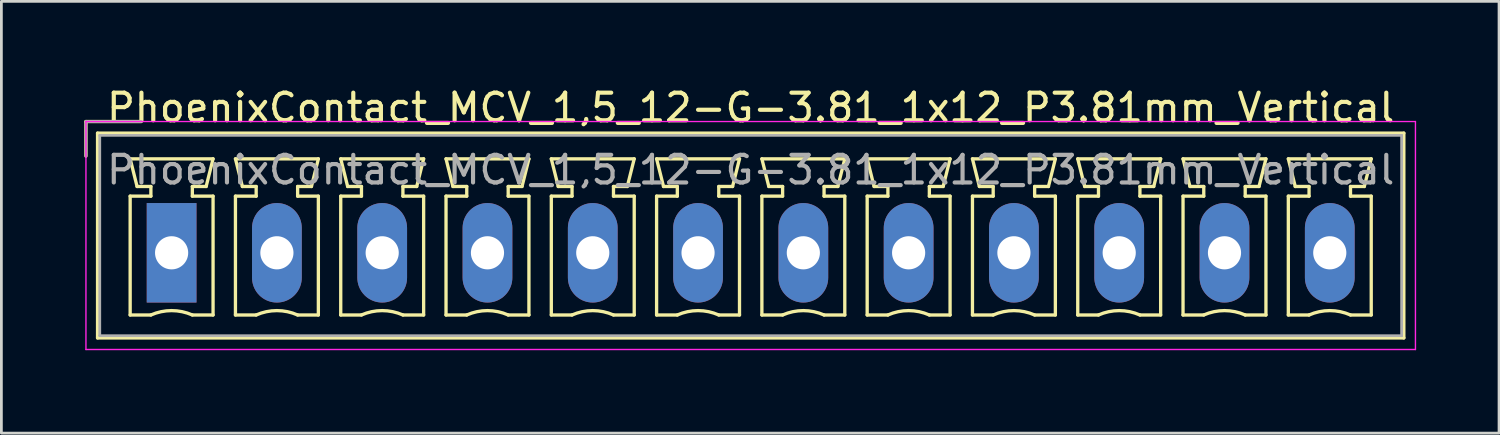
<source format=kicad_pcb>
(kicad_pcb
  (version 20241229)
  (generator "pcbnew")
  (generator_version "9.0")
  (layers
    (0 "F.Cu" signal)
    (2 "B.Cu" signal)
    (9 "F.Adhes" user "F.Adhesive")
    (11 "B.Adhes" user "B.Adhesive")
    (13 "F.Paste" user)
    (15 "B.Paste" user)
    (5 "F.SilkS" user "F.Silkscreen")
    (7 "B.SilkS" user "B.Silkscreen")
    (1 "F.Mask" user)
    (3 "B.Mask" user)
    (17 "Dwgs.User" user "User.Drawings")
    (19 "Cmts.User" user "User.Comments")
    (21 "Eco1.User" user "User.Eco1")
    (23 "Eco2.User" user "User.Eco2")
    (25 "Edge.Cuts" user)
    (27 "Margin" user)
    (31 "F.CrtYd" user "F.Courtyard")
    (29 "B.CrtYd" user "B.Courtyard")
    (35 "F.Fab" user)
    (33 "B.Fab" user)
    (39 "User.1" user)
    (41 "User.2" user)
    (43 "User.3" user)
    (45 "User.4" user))
  (footprint "PhoenixContact_MCV_1,5_12-G-3.81_1x12_P3.81mm_Vertical"
    (layer "F.Cu")
    (at 3.16 6.098)
    (property "Reference" "PhoenixContact_MCV_1,5_12-G-3.81_1x12_P3.81mm_Vertical" (at 20.955 -5.25 0) (layer "F.SilkS") (effects (font (size 1 1) (thickness 0.15))))
    (attr through_hole)
    (fp_line (start -3.1 -4.75) (end -1.1 -4.75) (stroke (width 0.12) (type solid)) (layer "F.SilkS"))
    (fp_line (start -3.1 -3.5) (end -3.1 -4.75) (stroke (width 0.12) (type solid)) (layer "F.SilkS"))
    (fp_line (start -2.68 -4.33) (end -2.68 3.08) (stroke (width 0.12) (type solid)) (layer "F.SilkS"))
    (fp_line (start -2.68 3.08) (end 44.59 3.08) (stroke (width 0.12) (type solid)) (layer "F.SilkS"))
    (fp_line (start -1.5 -3.4) (end 1.5 -3.4) (stroke (width 0.12) (type solid)) (layer "F.SilkS"))
    (fp_line (start -1.5 -2.05) (end -0.75 -2.05) (stroke (width 0.12) (type solid)) (layer "F.SilkS"))
    (fp_line (start -1.5 2.25) (end -1.5 -2.05) (stroke (width 0.12) (type solid)) (layer "F.SilkS"))
    (fp_line (start -1.25 -2.4) (end -1.5 -3.4) (stroke (width 0.12) (type solid)) (layer "F.SilkS"))
    (fp_line (start -0.75 -2.4) (end -1.25 -2.4) (stroke (width 0.12) (type solid)) (layer "F.SilkS"))
    (fp_line (start -0.75 -2.05) (end -0.75 -2.4) (stroke (width 0.12) (type solid)) (layer "F.SilkS"))
    (fp_line (start -0.75 2.25) (end -1.5 2.25) (stroke (width 0.12) (type solid)) (layer "F.SilkS"))
    (fp_line (start 0.75 -2.4) (end 0.75 -2.05) (stroke (width 0.12) (type solid)) (layer "F.SilkS"))
    (fp_line (start 0.75 -2.05) (end 1.5 -2.05) (stroke (width 0.12) (type solid)) (layer "F.SilkS"))
    (fp_line (start 1.25 -2.4) (end 0.75 -2.4) (stroke (width 0.12) (type solid)) (layer "F.SilkS"))
    (fp_line (start 1.5 -3.4) (end 1.25 -2.4) (stroke (width 0.12) (type solid)) (layer "F.SilkS"))
    (fp_line (start 1.5 -2.05) (end 1.5 2.25) (stroke (width 0.12) (type solid)) (layer "F.SilkS"))
    (fp_line (start 1.5 2.25) (end 0.75 2.25) (stroke (width 0.12) (type solid)) (layer "F.SilkS"))
    (fp_line (start 2.31 -3.4) (end 5.31 -3.4) (stroke (width 0.12) (type solid)) (layer "F.SilkS"))
    (fp_line (start 2.31 -2.05) (end 3.06 -2.05) (stroke (width 0.12) (type solid)) (layer "F.SilkS"))
    (fp_line (start 2.31 2.25) (end 2.31 -2.05) (stroke (width 0.12) (type solid)) (layer "F.SilkS"))
    (fp_line (start 2.56 -2.4) (end 2.31 -3.4) (stroke (width 0.12) (type solid)) (layer "F.SilkS"))
    (fp_line (start 3.06 -2.4) (end 2.56 -2.4) (stroke (width 0.12) (type solid)) (layer "F.SilkS"))
    (fp_line (start 3.06 -2.05) (end 3.06 -2.4) (stroke (width 0.12) (type solid)) (layer "F.SilkS"))
    (fp_line (start 3.06 2.25) (end 2.31 2.25) (stroke (width 0.12) (type solid)) (layer "F.SilkS"))
    (fp_line (start 4.56 -2.4) (end 4.56 -2.05) (stroke (width 0.12) (type solid)) (layer "F.SilkS"))
    (fp_line (start 4.56 -2.05) (end 5.31 -2.05) (stroke (width 0.12) (type solid)) (layer "F.SilkS"))
    (fp_line (start 5.06 -2.4) (end 4.56 -2.4) (stroke (width 0.12) (type solid)) (layer "F.SilkS"))
    (fp_line (start 5.31 -3.4) (end 5.06 -2.4) (stroke (width 0.12) (type solid)) (layer "F.SilkS"))
    (fp_line (start 5.31 -2.05) (end 5.31 2.25) (stroke (width 0.12) (type solid)) (layer "F.SilkS"))
    (fp_line (start 5.31 2.25) (end 4.56 2.25) (stroke (width 0.12) (type solid)) (layer "F.SilkS"))
    (fp_line (start 6.12 -3.4) (end 9.12 -3.4) (stroke (width 0.12) (type solid)) (layer "F.SilkS"))
    (fp_line (start 6.12 -2.05) (end 6.87 -2.05) (stroke (width 0.12) (type solid)) (layer "F.SilkS"))
    (fp_line (start 6.12 2.25) (end 6.12 -2.05) (stroke (width 0.12) (type solid)) (layer "F.SilkS"))
    (fp_line (start 6.37 -2.4) (end 6.12 -3.4) (stroke (width 0.12) (type solid)) (layer "F.SilkS"))
    (fp_line (start 6.87 -2.4) (end 6.37 -2.4) (stroke (width 0.12) (type solid)) (layer "F.SilkS"))
    (fp_line (start 6.87 -2.05) (end 6.87 -2.4) (stroke (width 0.12) (type solid)) (layer "F.SilkS"))
    (fp_line (start 6.87 2.25) (end 6.12 2.25) (stroke (width 0.12) (type solid)) (layer "F.SilkS"))
    (fp_line (start 8.37 -2.4) (end 8.37 -2.05) (stroke (width 0.12) (type solid)) (layer "F.SilkS"))
    (fp_line (start 8.37 -2.05) (end 9.12 -2.05) (stroke (width 0.12) (type solid)) (layer "F.SilkS"))
    (fp_line (start 8.87 -2.4) (end 8.37 -2.4) (stroke (width 0.12) (type solid)) (layer "F.SilkS"))
    (fp_line (start 9.12 -3.4) (end 8.87 -2.4) (stroke (width 0.12) (type solid)) (layer "F.SilkS"))
    (fp_line (start 9.12 -2.05) (end 9.12 2.25) (stroke (width 0.12) (type solid)) (layer "F.SilkS"))
    (fp_line (start 9.12 2.25) (end 8.37 2.25) (stroke (width 0.12) (type solid)) (layer "F.SilkS"))
    (fp_line (start 9.93 -3.4) (end 12.93 -3.4) (stroke (width 0.12) (type solid)) (layer "F.SilkS"))
    (fp_line (start 9.93 -2.05) (end 10.68 -2.05) (stroke (width 0.12) (type solid)) (layer "F.SilkS"))
    (fp_line (start 9.93 2.25) (end 9.93 -2.05) (stroke (width 0.12) (type solid)) (layer "F.SilkS"))
    (fp_line (start 10.18 -2.4) (end 9.93 -3.4) (stroke (width 0.12) (type solid)) (layer "F.SilkS"))
    (fp_line (start 10.68 -2.4) (end 10.18 -2.4) (stroke (width 0.12) (type solid)) (layer "F.SilkS"))
    (fp_line (start 10.68 -2.05) (end 10.68 -2.4) (stroke (width 0.12) (type solid)) (layer "F.SilkS"))
    (fp_line (start 10.68 2.25) (end 9.93 2.25) (stroke (width 0.12) (type solid)) (layer "F.SilkS"))
    (fp_line (start 12.18 -2.4) (end 12.18 -2.05) (stroke (width 0.12) (type solid)) (layer "F.SilkS"))
    (fp_line (start 12.18 -2.05) (end 12.93 -2.05) (stroke (width 0.12) (type solid)) (layer "F.SilkS"))
    (fp_line (start 12.68 -2.4) (end 12.18 -2.4) (stroke (width 0.12) (type solid)) (layer "F.SilkS"))
    (fp_line (start 12.93 -3.4) (end 12.68 -2.4) (stroke (width 0.12) (type solid)) (layer "F.SilkS"))
    (fp_line (start 12.93 -2.05) (end 12.93 2.25) (stroke (width 0.12) (type solid)) (layer "F.SilkS"))
    (fp_line (start 12.93 2.25) (end 12.18 2.25) (stroke (width 0.12) (type solid)) (layer "F.SilkS"))
    (fp_line (start 13.74 -3.4) (end 16.74 -3.4) (stroke (width 0.12) (type solid)) (layer "F.SilkS"))
    (fp_line (start 13.74 -2.05) (end 14.49 -2.05) (stroke (width 0.12) (type solid)) (layer "F.SilkS"))
    (fp_line (start 13.74 2.25) (end 13.74 -2.05) (stroke (width 0.12) (type solid)) (layer "F.SilkS"))
    (fp_line (start 13.99 -2.4) (end 13.74 -3.4) (stroke (width 0.12) (type solid)) (layer "F.SilkS"))
    (fp_line (start 14.49 -2.4) (end 13.99 -2.4) (stroke (width 0.12) (type solid)) (layer "F.SilkS"))
    (fp_line (start 14.49 -2.05) (end 14.49 -2.4) (stroke (width 0.12) (type solid)) (layer "F.SilkS"))
    (fp_line (start 14.49 2.25) (end 13.74 2.25) (stroke (width 0.12) (type solid)) (layer "F.SilkS"))
    (fp_line (start 15.99 -2.4) (end 15.99 -2.05) (stroke (width 0.12) (type solid)) (layer "F.SilkS"))
    (fp_line (start 15.99 -2.05) (end 16.74 -2.05) (stroke (width 0.12) (type solid)) (layer "F.SilkS"))
    (fp_line (start 16.49 -2.4) (end 15.99 -2.4) (stroke (width 0.12) (type solid)) (layer "F.SilkS"))
    (fp_line (start 16.74 -3.4) (end 16.49 -2.4) (stroke (width 0.12) (type solid)) (layer "F.SilkS"))
    (fp_line (start 16.74 -2.05) (end 16.74 2.25) (stroke (width 0.12) (type solid)) (layer "F.SilkS"))
    (fp_line (start 16.74 2.25) (end 15.99 2.25) (stroke (width 0.12) (type solid)) (layer "F.SilkS"))
    (fp_line (start 17.55 -3.4) (end 20.55 -3.4) (stroke (width 0.12) (type solid)) (layer "F.SilkS"))
    (fp_line (start 17.55 -2.05) (end 18.3 -2.05) (stroke (width 0.12) (type solid)) (layer "F.SilkS"))
    (fp_line (start 17.55 2.25) (end 17.55 -2.05) (stroke (width 0.12) (type solid)) (layer "F.SilkS"))
    (fp_line (start 17.8 -2.4) (end 17.55 -3.4) (stroke (width 0.12) (type solid)) (layer "F.SilkS"))
    (fp_line (start 18.3 -2.4) (end 17.8 -2.4) (stroke (width 0.12) (type solid)) (layer "F.SilkS"))
    (fp_line (start 18.3 -2.05) (end 18.3 -2.4) (stroke (width 0.12) (type solid)) (layer "F.SilkS"))
    (fp_line (start 18.3 2.25) (end 17.55 2.25) (stroke (width 0.12) (type solid)) (layer "F.SilkS"))
    (fp_line (start 19.8 -2.4) (end 19.8 -2.05) (stroke (width 0.12) (type solid)) (layer "F.SilkS"))
    (fp_line (start 19.8 -2.05) (end 20.55 -2.05) (stroke (width 0.12) (type solid)) (layer "F.SilkS"))
    (fp_line (start 20.3 -2.4) (end 19.8 -2.4) (stroke (width 0.12) (type solid)) (layer "F.SilkS"))
    (fp_line (start 20.55 -3.4) (end 20.3 -2.4) (stroke (width 0.12) (type solid)) (layer "F.SilkS"))
    (fp_line (start 20.55 -2.05) (end 20.55 2.25) (stroke (width 0.12) (type solid)) (layer "F.SilkS"))
    (fp_line (start 20.55 2.25) (end 19.8 2.25) (stroke (width 0.12) (type solid)) (layer "F.SilkS"))
    (fp_line (start 21.36 -3.4) (end 24.36 -3.4) (stroke (width 0.12) (type solid)) (layer "F.SilkS"))
    (fp_line (start 21.36 -2.05) (end 22.11 -2.05) (stroke (width 0.12) (type solid)) (layer "F.SilkS"))
    (fp_line (start 21.36 2.25) (end 21.36 -2.05) (stroke (width 0.12) (type solid)) (layer "F.SilkS"))
    (fp_line (start 21.61 -2.4) (end 21.36 -3.4) (stroke (width 0.12) (type solid)) (layer "F.SilkS"))
    (fp_line (start 22.11 -2.4) (end 21.61 -2.4) (stroke (width 0.12) (type solid)) (layer "F.SilkS"))
    (fp_line (start 22.11 -2.05) (end 22.11 -2.4) (stroke (width 0.12) (type solid)) (layer "F.SilkS"))
    (fp_line (start 22.11 2.25) (end 21.36 2.25) (stroke (width 0.12) (type solid)) (layer "F.SilkS"))
    (fp_line (start 23.61 -2.4) (end 23.61 -2.05) (stroke (width 0.12) (type solid)) (layer "F.SilkS"))
    (fp_line (start 23.61 -2.05) (end 24.36 -2.05) (stroke (width 0.12) (type solid)) (layer "F.SilkS"))
    (fp_line (start 24.11 -2.4) (end 23.61 -2.4) (stroke (width 0.12) (type solid)) (layer "F.SilkS"))
    (fp_line (start 24.36 -3.4) (end 24.11 -2.4) (stroke (width 0.12) (type solid)) (layer "F.SilkS"))
    (fp_line (start 24.36 -2.05) (end 24.36 2.25) (stroke (width 0.12) (type solid)) (layer "F.SilkS"))
    (fp_line (start 24.36 2.25) (end 23.61 2.25) (stroke (width 0.12) (type solid)) (layer "F.SilkS"))
    (fp_line (start 25.17 -3.4) (end 28.17 -3.4) (stroke (width 0.12) (type solid)) (layer "F.SilkS"))
    (fp_line (start 25.17 -2.05) (end 25.92 -2.05) (stroke (width 0.12) (type solid)) (layer "F.SilkS"))
    (fp_line (start 25.17 2.25) (end 25.17 -2.05) (stroke (width 0.12) (type solid)) (layer "F.SilkS"))
    (fp_line (start 25.42 -2.4) (end 25.17 -3.4) (stroke (width 0.12) (type solid)) (layer "F.SilkS"))
    (fp_line (start 25.92 -2.4) (end 25.42 -2.4) (stroke (width 0.12) (type solid)) (layer "F.SilkS"))
    (fp_line (start 25.92 -2.05) (end 25.92 -2.4) (stroke (width 0.12) (type solid)) (layer "F.SilkS"))
    (fp_line (start 25.92 2.25) (end 25.17 2.25) (stroke (width 0.12) (type solid)) (layer "F.SilkS"))
    (fp_line (start 27.42 -2.4) (end 27.42 -2.05) (stroke (width 0.12) (type solid)) (layer "F.SilkS"))
    (fp_line (start 27.42 -2.05) (end 28.17 -2.05) (stroke (width 0.12) (type solid)) (layer "F.SilkS"))
    (fp_line (start 27.92 -2.4) (end 27.42 -2.4) (stroke (width 0.12) (type solid)) (layer "F.SilkS"))
    (fp_line (start 28.17 -3.4) (end 27.92 -2.4) (stroke (width 0.12) (type solid)) (layer "F.SilkS"))
    (fp_line (start 28.17 -2.05) (end 28.17 2.25) (stroke (width 0.12) (type solid)) (layer "F.SilkS"))
    (fp_line (start 28.17 2.25) (end 27.42 2.25) (stroke (width 0.12) (type solid)) (layer "F.SilkS"))
    (fp_line (start 28.98 -3.4) (end 31.98 -3.4) (stroke (width 0.12) (type solid)) (layer "F.SilkS"))
    (fp_line (start 28.98 -2.05) (end 29.73 -2.05) (stroke (width 0.12) (type solid)) (layer "F.SilkS"))
    (fp_line (start 28.98 2.25) (end 28.98 -2.05) (stroke (width 0.12) (type solid)) (layer "F.SilkS"))
    (fp_line (start 29.23 -2.4) (end 28.98 -3.4) (stroke (width 0.12) (type solid)) (layer "F.SilkS"))
    (fp_line (start 29.73 -2.4) (end 29.23 -2.4) (stroke (width 0.12) (type solid)) (layer "F.SilkS"))
    (fp_line (start 29.73 -2.05) (end 29.73 -2.4) (stroke (width 0.12) (type solid)) (layer "F.SilkS"))
    (fp_line (start 29.73 2.25) (end 28.98 2.25) (stroke (width 0.12) (type solid)) (layer "F.SilkS"))
    (fp_line (start 31.23 -2.4) (end 31.23 -2.05) (stroke (width 0.12) (type solid)) (layer "F.SilkS"))
    (fp_line (start 31.23 -2.05) (end 31.98 -2.05) (stroke (width 0.12) (type solid)) (layer "F.SilkS"))
    (fp_line (start 31.73 -2.4) (end 31.23 -2.4) (stroke (width 0.12) (type solid)) (layer "F.SilkS"))
    (fp_line (start 31.98 -3.4) (end 31.73 -2.4) (stroke (width 0.12) (type solid)) (layer "F.SilkS"))
    (fp_line (start 31.98 -2.05) (end 31.98 2.25) (stroke (width 0.12) (type solid)) (layer "F.SilkS"))
    (fp_line (start 31.98 2.25) (end 31.23 2.25) (stroke (width 0.12) (type solid)) (layer "F.SilkS"))
    (fp_line (start 32.79 -3.4) (end 35.79 -3.4) (stroke (width 0.12) (type solid)) (layer "F.SilkS"))
    (fp_line (start 32.79 -2.05) (end 33.54 -2.05) (stroke (width 0.12) (type solid)) (layer "F.SilkS"))
    (fp_line (start 32.79 2.25) (end 32.79 -2.05) (stroke (width 0.12) (type solid)) (layer "F.SilkS"))
    (fp_line (start 33.04 -2.4) (end 32.79 -3.4) (stroke (width 0.12) (type solid)) (layer "F.SilkS"))
    (fp_line (start 33.54 -2.4) (end 33.04 -2.4) (stroke (width 0.12) (type solid)) (layer "F.SilkS"))
    (fp_line (start 33.54 -2.05) (end 33.54 -2.4) (stroke (width 0.12) (type solid)) (layer "F.SilkS"))
    (fp_line (start 33.54 2.25) (end 32.79 2.25) (stroke (width 0.12) (type solid)) (layer "F.SilkS"))
    (fp_line (start 35.04 -2.4) (end 35.04 -2.05) (stroke (width 0.12) (type solid)) (layer "F.SilkS"))
    (fp_line (start 35.04 -2.05) (end 35.79 -2.05) (stroke (width 0.12) (type solid)) (layer "F.SilkS"))
    (fp_line (start 35.54 -2.4) (end 35.04 -2.4) (stroke (width 0.12) (type solid)) (layer "F.SilkS"))
    (fp_line (start 35.79 -3.4) (end 35.54 -2.4) (stroke (width 0.12) (type solid)) (layer "F.SilkS"))
    (fp_line (start 35.79 -2.05) (end 35.79 2.25) (stroke (width 0.12) (type solid)) (layer "F.SilkS"))
    (fp_line (start 35.79 2.25) (end 35.04 2.25) (stroke (width 0.12) (type solid)) (layer "F.SilkS"))
    (fp_line (start 36.6 -3.4) (end 39.6 -3.4) (stroke (width 0.12) (type solid)) (layer "F.SilkS"))
    (fp_line (start 36.6 -2.05) (end 37.35 -2.05) (stroke (width 0.12) (type solid)) (layer "F.SilkS"))
    (fp_line (start 36.6 2.25) (end 36.6 -2.05) (stroke (width 0.12) (type solid)) (layer "F.SilkS"))
    (fp_line (start 36.85 -2.4) (end 36.6 -3.4) (stroke (width 0.12) (type solid)) (layer "F.SilkS"))
    (fp_line (start 37.35 -2.4) (end 36.85 -2.4) (stroke (width 0.12) (type solid)) (layer "F.SilkS"))
    (fp_line (start 37.35 -2.05) (end 37.35 -2.4) (stroke (width 0.12) (type solid)) (layer "F.SilkS"))
    (fp_line (start 37.35 2.25) (end 36.6 2.25) (stroke (width 0.12) (type solid)) (layer "F.SilkS"))
    (fp_line (start 38.85 -2.4) (end 38.85 -2.05) (stroke (width 0.12) (type solid)) (layer "F.SilkS"))
    (fp_line (start 38.85 -2.05) (end 39.6 -2.05) (stroke (width 0.12) (type solid)) (layer "F.SilkS"))
    (fp_line (start 39.35 -2.4) (end 38.85 -2.4) (stroke (width 0.12) (type solid)) (layer "F.SilkS"))
    (fp_line (start 39.6 -3.4) (end 39.35 -2.4) (stroke (width 0.12) (type solid)) (layer "F.SilkS"))
    (fp_line (start 39.6 -2.05) (end 39.6 2.25) (stroke (width 0.12) (type solid)) (layer "F.SilkS"))
    (fp_line (start 39.6 2.25) (end 38.85 2.25) (stroke (width 0.12) (type solid)) (layer "F.SilkS"))
    (fp_line (start 40.41 -3.4) (end 43.41 -3.4) (stroke (width 0.12) (type solid)) (layer "F.SilkS"))
    (fp_line (start 40.41 -2.05) (end 41.16 -2.05) (stroke (width 0.12) (type solid)) (layer "F.SilkS"))
    (fp_line (start 40.41 2.25) (end 40.41 -2.05) (stroke (width 0.12) (type solid)) (layer "F.SilkS"))
    (fp_line (start 40.66 -2.4) (end 40.41 -3.4) (stroke (width 0.12) (type solid)) (layer "F.SilkS"))
    (fp_line (start 41.16 -2.4) (end 40.66 -2.4) (stroke (width 0.12) (type solid)) (layer "F.SilkS"))
    (fp_line (start 41.16 -2.05) (end 41.16 -2.4) (stroke (width 0.12) (type solid)) (layer "F.SilkS"))
    (fp_line (start 41.16 2.25) (end 40.41 2.25) (stroke (width 0.12) (type solid)) (layer "F.SilkS"))
    (fp_line (start 42.66 -2.4) (end 42.66 -2.05) (stroke (width 0.12) (type solid)) (layer "F.SilkS"))
    (fp_line (start 42.66 -2.05) (end 43.41 -2.05) (stroke (width 0.12) (type solid)) (layer "F.SilkS"))
    (fp_line (start 43.16 -2.4) (end 42.66 -2.4) (stroke (width 0.12) (type solid)) (layer "F.SilkS"))
    (fp_line (start 43.41 -3.4) (end 43.16 -2.4) (stroke (width 0.12) (type solid)) (layer "F.SilkS"))
    (fp_line (start 43.41 -2.05) (end 43.41 2.25) (stroke (width 0.12) (type solid)) (layer "F.SilkS"))
    (fp_line (start 43.41 2.25) (end 42.66 2.25) (stroke (width 0.12) (type solid)) (layer "F.SilkS"))
    (fp_line (start 44.59 -4.33) (end -2.68 -4.33) (stroke (width 0.12) (type solid)) (layer "F.SilkS"))
    (fp_line (start 44.59 3.08) (end 44.59 -4.33) (stroke (width 0.12) (type solid)) (layer "F.SilkS"))
    (fp_arc (start -0.75 2.25) (mid -0.000193 2.09191) (end 0.749647 2.249844) (stroke (width 0.12) (type solid)) (layer "F.SilkS"))
    (fp_arc (start 3.06 2.25) (mid 3.809807 2.09191) (end 4.559647 2.249844) (stroke (width 0.12) (type solid)) (layer "F.SilkS"))
    (fp_arc (start 6.87 2.25) (mid 7.619807 2.09191) (end 8.369647 2.249844) (stroke (width 0.12) (type solid)) (layer "F.SilkS"))
    (fp_arc (start 10.68 2.25) (mid 11.429807 2.09191) (end 12.179647 2.249844) (stroke (width 0.12) (type solid)) (layer "F.SilkS"))
    (fp_arc (start 14.49 2.25) (mid 15.239807 2.09191) (end 15.989647 2.249844) (stroke (width 0.12) (type solid)) (layer "F.SilkS"))
    (fp_arc (start 18.3 2.25) (mid 19.049807 2.09191) (end 19.799647 2.249844) (stroke (width 0.12) (type solid)) (layer "F.SilkS"))
    (fp_arc (start 22.11 2.25) (mid 22.859807 2.09191) (end 23.609647 2.249844) (stroke (width 0.12) (type solid)) (layer "F.SilkS"))
    (fp_arc (start 25.92 2.25) (mid 26.669807 2.09191) (end 27.419647 2.249844) (stroke (width 0.12) (type solid)) (layer "F.SilkS"))
    (fp_arc (start 29.73 2.25) (mid 30.479807 2.09191) (end 31.229647 2.249844) (stroke (width 0.12) (type solid)) (layer "F.SilkS"))
    (fp_arc (start 33.54 2.25) (mid 34.289807 2.09191) (end 35.039647 2.249844) (stroke (width 0.12) (type solid)) (layer "F.SilkS"))
    (fp_arc (start 37.35 2.25) (mid 38.099807 2.09191) (end 38.849647 2.249844) (stroke (width 0.12) (type solid)) (layer "F.SilkS"))
    (fp_arc (start 41.16 2.25) (mid 41.909807 2.09191) (end 42.659647 2.249844) (stroke (width 0.12) (type solid)) (layer "F.SilkS"))
    (fp_line (start -3.1 -4.75) (end -3.1 3.5) (stroke (width 0.05) (type solid)) (layer "F.CrtYd"))
    (fp_line (start -3.1 3.5) (end 45.01 3.5) (stroke (width 0.05) (type solid)) (layer "F.CrtYd"))
    (fp_line (start 45.01 -4.75) (end -3.1 -4.75) (stroke (width 0.05) (type solid)) (layer "F.CrtYd"))
    (fp_line (start 45.01 3.5) (end 45.01 -4.75) (stroke (width 0.05) (type solid)) (layer "F.CrtYd"))
    (fp_line (start -3.1 -4.75) (end -1.1 -4.75) (stroke (width 0.1) (type solid)) (layer "F.Fab"))
    (fp_line (start -3.1 -3.5) (end -3.1 -4.75) (stroke (width 0.1) (type solid)) (layer "F.Fab"))
    (fp_line (start -2.6 -4.25) (end -2.6 3) (stroke (width 0.1) (type solid)) (layer "F.Fab"))
    (fp_line (start -2.6 3) (end 44.51 3) (stroke (width 0.1) (type solid)) (layer "F.Fab"))
    (fp_line (start 44.51 -4.25) (end -2.6 -4.25) (stroke (width 0.1) (type solid)) (layer "F.Fab"))
    (fp_line (start 44.51 3) (end 44.51 -4.25) (stroke (width 0.1) (type solid)) (layer "F.Fab"))
    (fp_text user "${REFERENCE}" (at 20.955 -3 0) (layer "F.Fab") (effects (font (size 1 1) (thickness 0.15))))
    (pad "1" thru_hole rect (at 0 0) (size 1.8 3.6) (drill 1.2) (layers "*.Cu" "*.Mask"))
    (pad "2" thru_hole oval (at 3.81 0) (size 1.8 3.6) (drill 1.2) (layers "*.Cu" "*.Mask"))
    (pad "3" thru_hole oval (at 7.62 0) (size 1.8 3.6) (drill 1.2) (layers "*.Cu" "*.Mask"))
    (pad "4" thru_hole oval (at 11.43 0) (size 1.8 3.6) (drill 1.2) (layers "*.Cu" "*.Mask"))
    (pad "5" thru_hole oval (at 15.24 0) (size 1.8 3.6) (drill 1.2) (layers "*.Cu" "*.Mask"))
    (pad "6" thru_hole oval (at 19.05 0) (size 1.8 3.6) (drill 1.2) (layers "*.Cu" "*.Mask"))
    (pad "7" thru_hole oval (at 22.86 0) (size 1.8 3.6) (drill 1.2) (layers "*.Cu" "*.Mask"))
    (pad "8" thru_hole oval (at 26.67 0) (size 1.8 3.6) (drill 1.2) (layers "*.Cu" "*.Mask"))
    (pad "9" thru_hole oval (at 30.48 0) (size 1.8 3.6) (drill 1.2) (layers "*.Cu" "*.Mask"))
    (pad "10" thru_hole oval (at 34.29 0) (size 1.8 3.6) (drill 1.2) (layers "*.Cu" "*.Mask"))
    (pad "11" thru_hole oval (at 38.1 0) (size 1.8 3.6) (drill 1.2) (layers "*.Cu" "*.Mask"))
    (pad "12" thru_hole oval (at 41.91 0) (size 1.8 3.6) (drill 1.2) (layers "*.Cu" "*.Mask")))
  (gr_rect
    (start -3 -3)
    (end 51.195 12.623)
    (stroke (width 0.1) (type default))
    (fill no)
    (layer "Edge.Cuts")))
</source>
